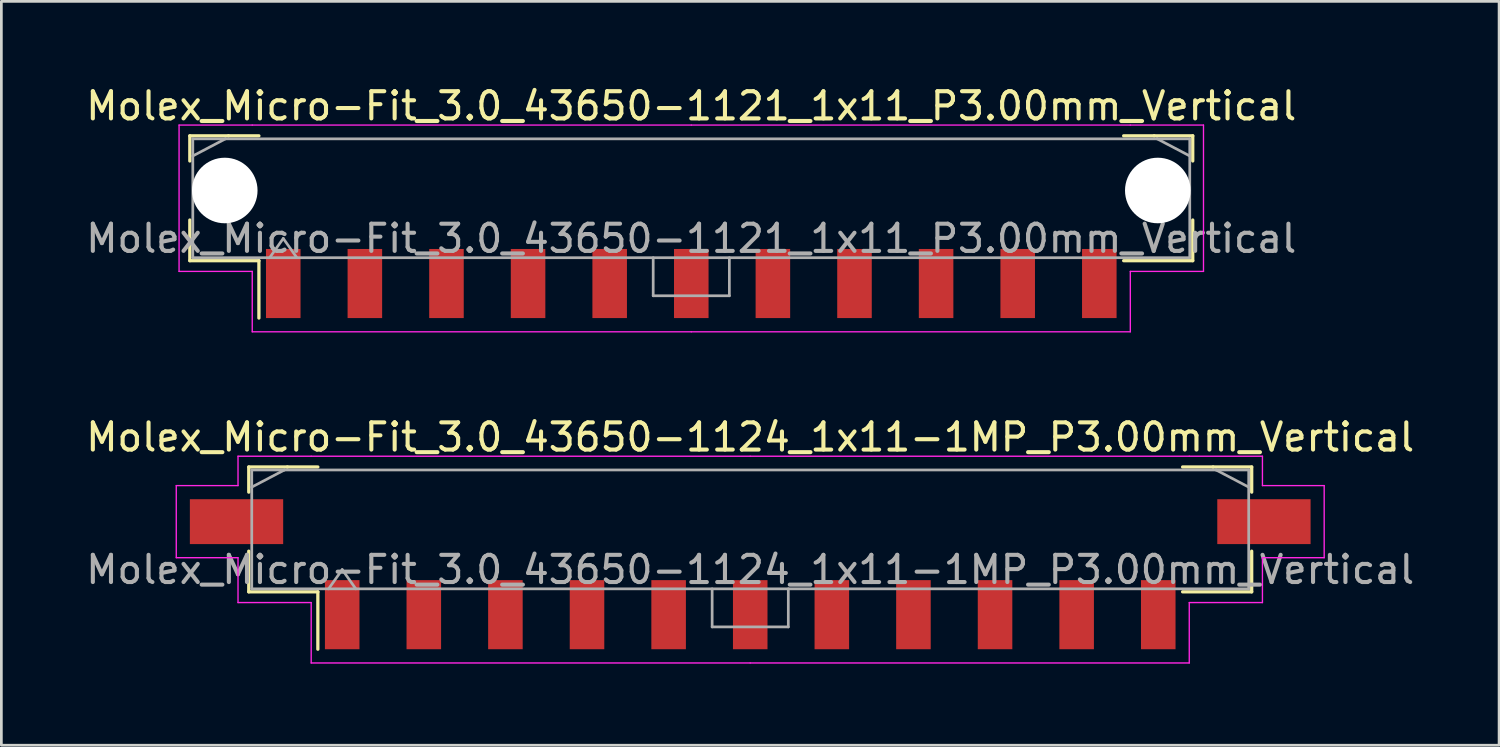
<source format=kicad_pcb>
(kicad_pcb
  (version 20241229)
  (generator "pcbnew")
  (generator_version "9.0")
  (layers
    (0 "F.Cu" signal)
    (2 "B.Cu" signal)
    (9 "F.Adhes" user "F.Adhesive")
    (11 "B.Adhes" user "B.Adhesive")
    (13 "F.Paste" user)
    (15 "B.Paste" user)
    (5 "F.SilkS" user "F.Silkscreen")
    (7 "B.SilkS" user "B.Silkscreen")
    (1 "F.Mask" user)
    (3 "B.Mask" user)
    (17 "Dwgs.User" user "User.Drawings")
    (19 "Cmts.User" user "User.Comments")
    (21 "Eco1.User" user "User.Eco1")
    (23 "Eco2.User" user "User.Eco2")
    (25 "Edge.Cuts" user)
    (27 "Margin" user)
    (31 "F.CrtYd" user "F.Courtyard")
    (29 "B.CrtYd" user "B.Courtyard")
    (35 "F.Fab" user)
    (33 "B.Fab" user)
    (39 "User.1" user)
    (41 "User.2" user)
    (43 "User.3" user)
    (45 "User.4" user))
  (footprint "Molex_Micro-Fit_3.0_43650-1121_1x11_P3.00mm_Vertical"
    (layer "F.Cu")
    (at 22.363 4.238)
    (property "Reference" "Molex_Micro-Fit_3.0_43650-1121_1x11_P3.00mm_Vertical" (at 0 -3.39 0) (layer "F.SilkS") (effects (font (size 1 1) (thickness 0.15))))
    (attr smd)
    (fp_line (start -18.435 -2.295) (end -17.015 -2.295) (stroke (width 0.12) (type solid)) (layer "F.SilkS"))
    (fp_line (start -18.435 -1.37) (end -18.435 -2.295) (stroke (width 0.12) (type solid)) (layer "F.SilkS"))
    (fp_line (start -18.435 0.8) (end -18.435 2.295) (stroke (width 0.12) (type solid)) (layer "F.SilkS"))
    (fp_line (start -18.435 2.295) (end -15.895 2.295) (stroke (width 0.12) (type solid)) (layer "F.SilkS"))
    (fp_line (start -17.015 -2.295) (end -15.895 -2.295) (stroke (width 0.12) (type solid)) (layer "F.SilkS"))
    (fp_line (start -15.895 2.295) (end -15.895 4.405) (stroke (width 0.12) (type solid)) (layer "F.SilkS"))
    (fp_line (start 17.015 -2.295) (end 15.895 -2.295) (stroke (width 0.12) (type solid)) (layer "F.SilkS"))
    (fp_line (start 18.435 -2.295) (end 17.015 -2.295) (stroke (width 0.12) (type solid)) (layer "F.SilkS"))
    (fp_line (start 18.435 -1.37) (end 18.435 -2.295) (stroke (width 0.12) (type solid)) (layer "F.SilkS"))
    (fp_line (start 18.435 0.8) (end 18.435 2.295) (stroke (width 0.12) (type solid)) (layer "F.SilkS"))
    (fp_line (start 18.435 2.295) (end 15.895 2.295) (stroke (width 0.12) (type solid)) (layer "F.SilkS"))
    (fp_line (start -18.83 -2.69) (end -18.83 2.69) (stroke (width 0.05) (type solid)) (layer "F.CrtYd"))
    (fp_line (start -18.83 2.69) (end -16.14 2.69) (stroke (width 0.05) (type solid)) (layer "F.CrtYd"))
    (fp_line (start -16.14 -2.69) (end -18.83 -2.69) (stroke (width 0.05) (type solid)) (layer "F.CrtYd"))
    (fp_line (start -16.14 2.69) (end -16.14 4.91) (stroke (width 0.05) (type solid)) (layer "F.CrtYd"))
    (fp_line (start -16.14 4.91) (end 0 4.91) (stroke (width 0.05) (type solid)) (layer "F.CrtYd"))
    (fp_line (start 0 -2.69) (end -16.14 -2.69) (stroke (width 0.05) (type solid)) (layer "F.CrtYd"))
    (fp_line (start 0 -2.69) (end 16.14 -2.69) (stroke (width 0.05) (type solid)) (layer "F.CrtYd"))
    (fp_line (start 16.14 -2.69) (end 18.83 -2.69) (stroke (width 0.05) (type solid)) (layer "F.CrtYd"))
    (fp_line (start 16.14 2.69) (end 16.14 4.91) (stroke (width 0.05) (type solid)) (layer "F.CrtYd"))
    (fp_line (start 16.14 4.91) (end 0 4.91) (stroke (width 0.05) (type solid)) (layer "F.CrtYd"))
    (fp_line (start 18.83 -2.69) (end 18.83 2.69) (stroke (width 0.05) (type solid)) (layer "F.CrtYd"))
    (fp_line (start 18.83 2.69) (end 16.14 2.69) (stroke (width 0.05) (type solid)) (layer "F.CrtYd"))
    (fp_line (start -18.325 -2.185) (end -18.325 2.185) (stroke (width 0.1) (type solid)) (layer "F.Fab"))
    (fp_line (start -18.325 -1.555) (end -17.125 -2.185) (stroke (width 0.1) (type solid)) (layer "F.Fab"))
    (fp_line (start -18.325 2.185) (end 18.325 2.185) (stroke (width 0.1) (type solid)) (layer "F.Fab"))
    (fp_line (start -17.125 -2.185) (end -18.325 -2.185) (stroke (width 0.1) (type solid)) (layer "F.Fab"))
    (fp_line (start -15.5 2.185) (end -15 1.478) (stroke (width 0.1) (type solid)) (layer "F.Fab"))
    (fp_line (start -15 1.478) (end -14.5 2.185) (stroke (width 0.1) (type solid)) (layer "F.Fab"))
    (fp_line (start -1.4 2.185) (end -1.4 3.585) (stroke (width 0.1) (type solid)) (layer "F.Fab"))
    (fp_line (start -1.4 3.585) (end 1.4 3.585) (stroke (width 0.1) (type solid)) (layer "F.Fab"))
    (fp_line (start 1.4 3.585) (end 1.4 2.185) (stroke (width 0.1) (type solid)) (layer "F.Fab"))
    (fp_line (start 17.125 -2.185) (end -17.125 -2.185) (stroke (width 0.1) (type solid)) (layer "F.Fab"))
    (fp_line (start 18.325 -2.185) (end 17.125 -2.185) (stroke (width 0.1) (type solid)) (layer "F.Fab"))
    (fp_line (start 18.325 -1.555) (end 17.125 -2.185) (stroke (width 0.1) (type solid)) (layer "F.Fab"))
    (fp_line (start 18.325 2.185) (end 18.325 -2.185) (stroke (width 0.1) (type solid)) (layer "F.Fab"))
    (fp_text user "${REFERENCE}" (at 0 1.48 0) (layer "F.Fab") (effects (font (size 1 1) (thickness 0.15))))
    (pad "" np_thru_hole circle (at -17.15 -0.285) (size 2.41 2.41) (drill 2.41) (layers "*.Cu" "*.Mask"))
    (pad "" np_thru_hole circle (at 17.15 -0.285) (size 2.41 2.41) (drill 2.41) (layers "*.Cu" "*.Mask"))
    (pad "1" smd rect (at -15 3.135) (size 1.27 2.54) (layers "F.Cu" "F.Mask" "F.Paste"))
    (pad "2" smd rect (at -12 3.135) (size 1.27 2.54) (layers "F.Cu" "F.Mask" "F.Paste"))
    (pad "3" smd rect (at -9 3.135) (size 1.27 2.54) (layers "F.Cu" "F.Mask" "F.Paste"))
    (pad "4" smd rect (at -6 3.135) (size 1.27 2.54) (layers "F.Cu" "F.Mask" "F.Paste"))
    (pad "5" smd rect (at -3 3.135) (size 1.27 2.54) (layers "F.Cu" "F.Mask" "F.Paste"))
    (pad "6" smd rect (at 0 3.135) (size 1.27 2.54) (layers "F.Cu" "F.Mask" "F.Paste"))
    (pad "7" smd rect (at 3 3.135) (size 1.27 2.54) (layers "F.Cu" "F.Mask" "F.Paste"))
    (pad "8" smd rect (at 6 3.135) (size 1.27 2.54) (layers "F.Cu" "F.Mask" "F.Paste"))
    (pad "9" smd rect (at 9 3.135) (size 1.27 2.54) (layers "F.Cu" "F.Mask" "F.Paste"))
    (pad "10" smd rect (at 12 3.135) (size 1.27 2.54) (layers "F.Cu" "F.Mask" "F.Paste"))
    (pad "11" smd rect (at 15 3.135) (size 1.27 2.54) (layers "F.Cu" "F.Mask" "F.Paste")))
  (footprint "Molex_Micro-Fit_3.0_43650-1124_1x11-1MP_P3.00mm_Vertical"
    (layer "F.Cu")
    (at 24.53 16.412)
    (property "Reference" "Molex_Micro-Fit_3.0_43650-1124_1x11-1MP_P3.00mm_Vertical" (at 0 -3.39 0) (layer "F.SilkS") (effects (font (size 1 1) (thickness 0.15))))
    (attr smd)
    (fp_line (start -18.435 -2.295) (end -17.015 -2.295) (stroke (width 0.12) (type solid)) (layer "F.SilkS"))
    (fp_line (start -18.435 -1.37) (end -18.435 -2.295) (stroke (width 0.12) (type solid)) (layer "F.SilkS"))
    (fp_line (start -18.435 0.8) (end -18.435 2.295) (stroke (width 0.12) (type solid)) (layer "F.SilkS"))
    (fp_line (start -18.435 2.295) (end -15.895 2.295) (stroke (width 0.12) (type solid)) (layer "F.SilkS"))
    (fp_line (start -17.015 -2.295) (end -15.895 -2.295) (stroke (width 0.12) (type solid)) (layer "F.SilkS"))
    (fp_line (start -15.895 2.295) (end -15.895 4.405) (stroke (width 0.12) (type solid)) (layer "F.SilkS"))
    (fp_line (start 17.015 -2.295) (end 15.895 -2.295) (stroke (width 0.12) (type solid)) (layer "F.SilkS"))
    (fp_line (start 18.435 -2.295) (end 17.015 -2.295) (stroke (width 0.12) (type solid)) (layer "F.SilkS"))
    (fp_line (start 18.435 -1.37) (end 18.435 -2.295) (stroke (width 0.12) (type solid)) (layer "F.SilkS"))
    (fp_line (start 18.435 0.8) (end 18.435 2.295) (stroke (width 0.12) (type solid)) (layer "F.SilkS"))
    (fp_line (start 18.435 2.295) (end 15.895 2.295) (stroke (width 0.12) (type solid)) (layer "F.SilkS"))
    (fp_line (start -21.1 -1.61) (end -21.1 1.04) (stroke (width 0.05) (type solid)) (layer "F.CrtYd"))
    (fp_line (start -21.1 1.04) (end -18.83 1.04) (stroke (width 0.05) (type solid)) (layer "F.CrtYd"))
    (fp_line (start -18.83 -2.69) (end -18.83 -1.61) (stroke (width 0.05) (type solid)) (layer "F.CrtYd"))
    (fp_line (start -18.83 -1.61) (end -21.1 -1.61) (stroke (width 0.05) (type solid)) (layer "F.CrtYd"))
    (fp_line (start -18.83 1.04) (end -18.83 2.69) (stroke (width 0.05) (type solid)) (layer "F.CrtYd"))
    (fp_line (start -18.83 2.69) (end -16.14 2.69) (stroke (width 0.05) (type solid)) (layer "F.CrtYd"))
    (fp_line (start -16.14 -2.69) (end -18.83 -2.69) (stroke (width 0.05) (type solid)) (layer "F.CrtYd"))
    (fp_line (start -16.14 2.69) (end -16.14 4.91) (stroke (width 0.05) (type solid)) (layer "F.CrtYd"))
    (fp_line (start -16.14 4.91) (end 0 4.91) (stroke (width 0.05) (type solid)) (layer "F.CrtYd"))
    (fp_line (start 0 -2.69) (end -16.14 -2.69) (stroke (width 0.05) (type solid)) (layer "F.CrtYd"))
    (fp_line (start 0 -2.69) (end 16.14 -2.69) (stroke (width 0.05) (type solid)) (layer "F.CrtYd"))
    (fp_line (start 16.14 -2.69) (end 18.83 -2.69) (stroke (width 0.05) (type solid)) (layer "F.CrtYd"))
    (fp_line (start 16.14 2.69) (end 16.14 4.91) (stroke (width 0.05) (type solid)) (layer "F.CrtYd"))
    (fp_line (start 16.14 4.91) (end 0 4.91) (stroke (width 0.05) (type solid)) (layer "F.CrtYd"))
    (fp_line (start 18.83 -2.69) (end 18.83 -1.61) (stroke (width 0.05) (type solid)) (layer "F.CrtYd"))
    (fp_line (start 18.83 -1.61) (end 21.1 -1.61) (stroke (width 0.05) (type solid)) (layer "F.CrtYd"))
    (fp_line (start 18.83 1.04) (end 18.83 2.69) (stroke (width 0.05) (type solid)) (layer "F.CrtYd"))
    (fp_line (start 18.83 2.69) (end 16.14 2.69) (stroke (width 0.05) (type solid)) (layer "F.CrtYd"))
    (fp_line (start 21.1 -1.61) (end 21.1 1.04) (stroke (width 0.05) (type solid)) (layer "F.CrtYd"))
    (fp_line (start 21.1 1.04) (end 18.83 1.04) (stroke (width 0.05) (type solid)) (layer "F.CrtYd"))
    (fp_line (start -18.325 -2.185) (end -18.325 2.185) (stroke (width 0.1) (type solid)) (layer "F.Fab"))
    (fp_line (start -18.325 -1.555) (end -17.125 -2.185) (stroke (width 0.1) (type solid)) (layer "F.Fab"))
    (fp_line (start -18.325 2.185) (end 18.325 2.185) (stroke (width 0.1) (type solid)) (layer "F.Fab"))
    (fp_line (start -17.125 -2.185) (end -18.325 -2.185) (stroke (width 0.1) (type solid)) (layer "F.Fab"))
    (fp_line (start -15.5 2.185) (end -15 1.478) (stroke (width 0.1) (type solid)) (layer "F.Fab"))
    (fp_line (start -15 1.478) (end -14.5 2.185) (stroke (width 0.1) (type solid)) (layer "F.Fab"))
    (fp_line (start -1.4 2.185) (end -1.4 3.585) (stroke (width 0.1) (type solid)) (layer "F.Fab"))
    (fp_line (start -1.4 3.585) (end 1.4 3.585) (stroke (width 0.1) (type solid)) (layer "F.Fab"))
    (fp_line (start 1.4 3.585) (end 1.4 2.185) (stroke (width 0.1) (type solid)) (layer "F.Fab"))
    (fp_line (start 17.125 -2.185) (end -17.125 -2.185) (stroke (width 0.1) (type solid)) (layer "F.Fab"))
    (fp_line (start 18.325 -2.185) (end 17.125 -2.185) (stroke (width 0.1) (type solid)) (layer "F.Fab"))
    (fp_line (start 18.325 -1.555) (end 17.125 -2.185) (stroke (width 0.1) (type solid)) (layer "F.Fab"))
    (fp_line (start 18.325 2.185) (end 18.325 -2.185) (stroke (width 0.1) (type solid)) (layer "F.Fab"))
    (fp_text user "${REFERENCE}" (at 0 1.48 0) (layer "F.Fab") (effects (font (size 1 1) (thickness 0.15))))
    (pad "1" smd rect (at -15 3.135) (size 1.27 2.54) (layers "F.Cu" "F.Mask" "F.Paste"))
    (pad "2" smd rect (at -12 3.135) (size 1.27 2.54) (layers "F.Cu" "F.Mask" "F.Paste"))
    (pad "3" smd rect (at -9 3.135) (size 1.27 2.54) (layers "F.Cu" "F.Mask" "F.Paste"))
    (pad "4" smd rect (at -6 3.135) (size 1.27 2.54) (layers "F.Cu" "F.Mask" "F.Paste"))
    (pad "5" smd rect (at -3 3.135) (size 1.27 2.54) (layers "F.Cu" "F.Mask" "F.Paste"))
    (pad "6" smd rect (at 0 3.135) (size 1.27 2.54) (layers "F.Cu" "F.Mask" "F.Paste"))
    (pad "7" smd rect (at 3 3.135) (size 1.27 2.54) (layers "F.Cu" "F.Mask" "F.Paste"))
    (pad "8" smd rect (at 6 3.135) (size 1.27 2.54) (layers "F.Cu" "F.Mask" "F.Paste"))
    (pad "9" smd rect (at 9 3.135) (size 1.27 2.54) (layers "F.Cu" "F.Mask" "F.Paste"))
    (pad "10" smd rect (at 12 3.135) (size 1.27 2.54) (layers "F.Cu" "F.Mask" "F.Paste"))
    (pad "11" smd rect (at 15 3.135) (size 1.27 2.54) (layers "F.Cu" "F.Mask" "F.Paste"))
    (pad "MP" smd rect (at -18.885 -0.285) (size 3.43 1.65) (layers "F.Cu" "F.Mask" "F.Paste"))
    (pad "MP" smd rect (at 18.885 -0.285) (size 3.43 1.65) (layers "F.Cu" "F.Mask" "F.Paste")))
  (gr_rect
    (start -3 -3)
    (end 52.06 24.346)
    (stroke (width 0.1) (type default))
    (fill no)
    (layer "Edge.Cuts")))
</source>
